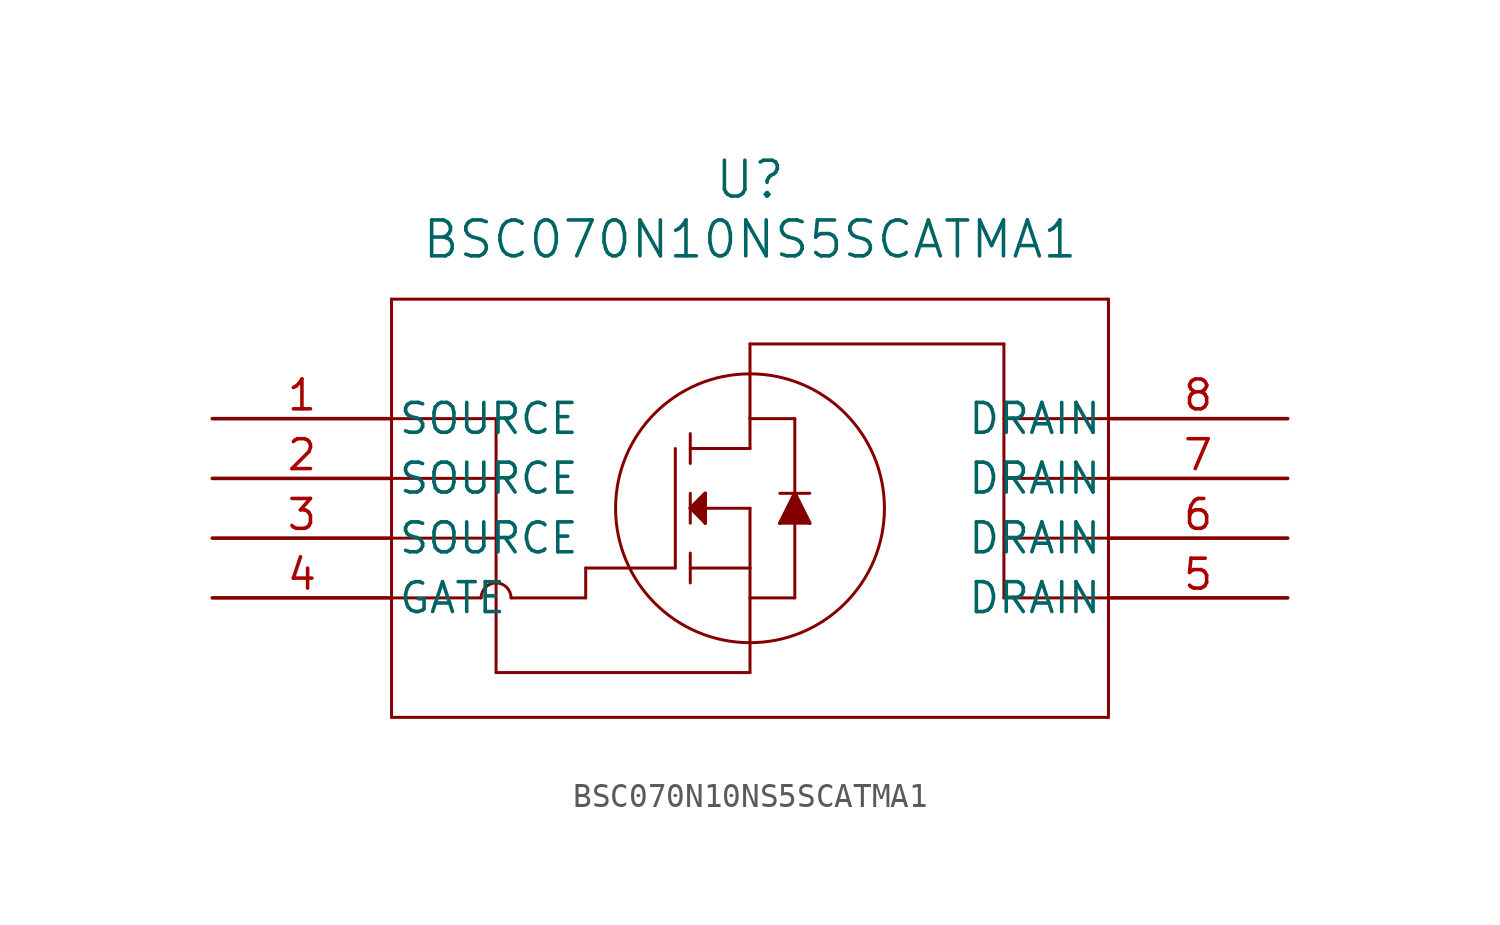
<source format=kicad_sym>
(kicad_symbol_lib
  (version 20211014)
  (generator kicad_symbol_editor)
  (symbol "BSC070N10NS5SCATMA1"
    (pin_names
      (offset 0.254))
    (property "Reference" "U"
      (at 22.86 10.16 0)
      (effects (font (size 1.524 1.524))))
    (property "Value" "BSC070N10NS5SCATMA1"
      (at 22.86 7.62 0)
      (effects (font (size 1.524 1.524))))
    (symbol "BSC070N10NS5SCATMA1_0_1"
      (polyline (pts (xy 7.62 5.08) (xy 7.62 -12.7)) (stroke (width 0.127) (type default) (color 0 0 0 0)) (fill (type none)))
      (polyline (pts (xy 7.62 -12.7) (xy 38.1 -12.7)) (stroke (width 0.127) (type default) (color 0 0 0 0)) (fill (type none)))
      (polyline (pts (xy 38.1 -12.7) (xy 38.1 5.08)) (stroke (width 0.127) (type default) (color 0 0 0 0)) (fill (type none)))
      (polyline (pts (xy 38.1 5.08) (xy 7.62 5.08)) (stroke (width 0.127) (type default) (color 0 0 0 0)) (fill (type none)))
      (polyline (pts (xy 22.86 -3.81) (xy 20.32 -3.81)) (stroke (width 0.127) (type default) (color 0 0 0 0)) (fill (type none)))
      (polyline (pts (xy 20.32 -6.35) (xy 22.86 -6.35)) (stroke (width 0.127) (type default) (color 0 0 0 0)) (fill (type none)))
      (polyline (pts (xy 20.32 -1.27) (xy 22.86 -1.27)) (stroke (width 0.127) (type default) (color 0 0 0 0)) (fill (type none)))
      (polyline (pts (xy 22.86 -1.27) (xy 22.86 0)) (stroke (width 0.127) (type default) (color 0 0 0 0)) (fill (type none)))
      (polyline (pts (xy 22.86 0) (xy 24.765 0)) (stroke (width 0.127) (type default) (color 0 0 0 0)) (fill (type none)))
      (polyline (pts (xy 24.765 0) (xy 24.765 -7.62)) (stroke (width 0.127) (type default) (color 0 0 0 0)) (fill (type none)))
      (polyline (pts (xy 24.765 -7.62) (xy 22.86 -7.62)) (stroke (width 0.127) (type default) (color 0 0 0 0)) (fill (type none)))
      (polyline (pts (xy 22.86 -7.62) (xy 22.86 -6.35)) (stroke (width 0.127) (type default) (color 0 0 0 0)) (fill (type none)))
      (polyline (pts (xy 22.86 -3.81) (xy 22.86 -6.35)) (stroke (width 0.127) (type default) (color 0 0 0 0)) (fill (type none)))
      (polyline (pts (xy 20.32 -0.635) (xy 20.32 -1.905)) (stroke (width 0.127) (type default) (color 0 0 0 0)) (fill (type none)))
      (polyline (pts (xy 20.32 -3.175) (xy 20.32 -4.445)) (stroke (width 0.127) (type default) (color 0 0 0 0)) (fill (type none)))
      (polyline (pts (xy 20.32 -5.715) (xy 20.32 -6.985)) (stroke (width 0.127) (type default) (color 0 0 0 0)) (fill (type none)))
      (polyline (pts (xy 19.685 -1.27) (xy 19.685 -6.35)) (stroke (width 0.127) (type default) (color 0 0 0 0)) (fill (type none)))
      (polyline (pts (xy 19.685 -6.35) (xy 15.875 -6.35)) (stroke (width 0.127) (type default) (color 0 0 0 0)) (fill (type none)))
      (polyline (pts (xy 22.86 0) (xy 22.86 3.175)) (stroke (width 0.127) (type default) (color 0 0 0 0)) (fill (type none)))
      (polyline (pts (xy 22.86 -7.62) (xy 22.86 -10.795)) (stroke (width 0.127) (type default) (color 0 0 0 0)) (fill (type none)))
      (polyline (pts (xy 20.32 -3.81) (xy 20.955 -3.175)) (stroke (width 0.127) (type default) (color 0 0 0 0)) (fill (type none)))
      (polyline (pts (xy 20.955 -4.445) (xy 20.955 -3.175)) (stroke (width 0.127) (type default) (color 0 0 0 0)) (fill (type none)))
      (polyline (pts (xy 20.955 -4.445) (xy 20.32 -3.81)) (stroke (width 0.127) (type default) (color 0 0 0 0)) (fill (type none)))
      (polyline (pts (xy 24.13 -3.175) (xy 25.4 -3.175)) (stroke (width 0.127) (type default) (color 0 0 0 0)) (fill (type none)))
      (polyline (pts (xy 24.765 -3.175) (xy 24.13 -4.445)) (stroke (width 0.127) (type default) (color 0 0 0 0)) (fill (type none)))
      (polyline (pts (xy 24.13 -4.445) (xy 25.4 -4.445)) (stroke (width 0.127) (type default) (color 0 0 0 0)) (fill (type none)))
      (polyline (pts (xy 25.4 -4.445) (xy 24.765 -3.175)) (stroke (width 0.127) (type default) (color 0 0 0 0)) (fill (type none)))
      (polyline (pts (xy 20.32 -3.81) (xy 20.955 -3.175) (xy 20.955 -4.445)) (stroke (width 0) (type default) (color 0 0 0 0)) (fill (type outline)))
      (polyline (pts (xy 24.13 -4.445) (xy 24.765 -3.175) (xy 25.4 -4.445)) (stroke (width 0) (type default) (color 0 0 0 0)) (fill (type outline)))
      (circle (center 22.86 -3.81) (radius 5.715) (stroke (width 0.127) (type default) (color 0 0 0 0)) (fill (type none)))
      (polyline (pts (xy 38.1 -7.62) (xy 33.655 -7.62)) (stroke (width 0.127) (type default) (color 0 0 0 0)) (fill (type none)))
      (polyline (pts (xy 33.655 -7.62) (xy 33.655 3.175)) (stroke (width 0.127) (type default) (color 0 0 0 0)) (fill (type none)))
      (polyline (pts (xy 33.655 3.175) (xy 22.86 3.175)) (stroke (width 0.127) (type default) (color 0 0 0 0)) (fill (type none)))
      (polyline (pts (xy 33.655 0) (xy 38.1 0)) (stroke (width 0.127) (type default) (color 0 0 0 0)) (fill (type none)))
      (polyline (pts (xy 33.655 -2.54) (xy 38.1 -2.54)) (stroke (width 0.127) (type default) (color 0 0 0 0)) (fill (type none)))
      (polyline (pts (xy 33.655 -5.08) (xy 38.1 -5.08)) (stroke (width 0.127) (type default) (color 0 0 0 0)) (fill (type none)))
      (polyline (pts (xy 7.62 0) (xy 12.065 0)) (stroke (width 0.127) (type default) (color 0 0 0 0)) (fill (type none)))
      (polyline (pts (xy 7.62 -2.54) (xy 12.065 -2.54)) (stroke (width 0.127) (type default) (color 0 0 0 0)) (fill (type none)))
      (polyline (pts (xy 7.62 -5.08) (xy 12.065 -5.08)) (stroke (width 0.127) (type default) (color 0 0 0 0)) (fill (type none)))
      (polyline (pts (xy 12.065 0) (xy 12.065 -10.795)) (stroke (width 0.127) (type default) (color 0 0 0 0)) (fill (type none)))
      (polyline (pts (xy 22.86 -10.795) (xy 12.065 -10.795)) (stroke (width 0.127) (type default) (color 0 0 0 0)) (fill (type none)))
      (polyline (pts (xy 7.62 -7.62) (xy 11.43 -7.62)) (stroke (width 0.127) (type default) (color 0 0 0 0)) (fill (type none)))
      (polyline (pts (xy 12.7 -7.62) (xy 15.875 -7.62)) (stroke (width 0.127) (type default) (color 0 0 0 0)) (fill (type none)))
      (polyline (pts (xy 15.875 -7.62) (xy 15.875 -6.35)) (stroke (width 0.127) (type default) (color 0 0 0 0)) (fill (type none)))
      (arc (start 12.7 -7.62) (mid 12.065 -6.985) (end 11.43 -7.62) (stroke (width 0.127) (type default) (color 0 0 0 0)) (fill (type none)))
      (pin unspecified line (at 0 0 0) (length 7.62) (name "SOURCE" (effects (font (size 1.27 1.27)))) (number "1" (effects (font (size 1.27 1.27)))))
      (pin unspecified line (at 0 -2.54 0) (length 7.62) (name "SOURCE" (effects (font (size 1.27 1.27)))) (number "2" (effects (font (size 1.27 1.27)))))
      (pin unspecified line (at 0 -5.08 0) (length 7.62) (name "SOURCE" (effects (font (size 1.27 1.27)))) (number "3" (effects (font (size 1.27 1.27)))))
      (pin unspecified line (at 0 -7.62 0) (length 7.62) (name "GATE" (effects (font (size 1.27 1.27)))) (number "4" (effects (font (size 1.27 1.27)))))
      (pin unspecified line (at 45.72 -7.62 180) (length 7.62) (name "DRAIN" (effects (font (size 1.27 1.27)))) (number "5" (effects (font (size 1.27 1.27)))))
      (pin unspecified line (at 45.72 -5.08 180) (length 7.62) (name "DRAIN" (effects (font (size 1.27 1.27)))) (number "6" (effects (font (size 1.27 1.27)))))
      (pin unspecified line (at 45.72 -2.54 180) (length 7.62) (name "DRAIN" (effects (font (size 1.27 1.27)))) (number "7" (effects (font (size 1.27 1.27)))))
      (pin unspecified line (at 45.72 0 180) (length 7.62) (name "DRAIN" (effects (font (size 1.27 1.27)))) (number "8" (effects (font (size 1.27 1.27))))))))
</source>
